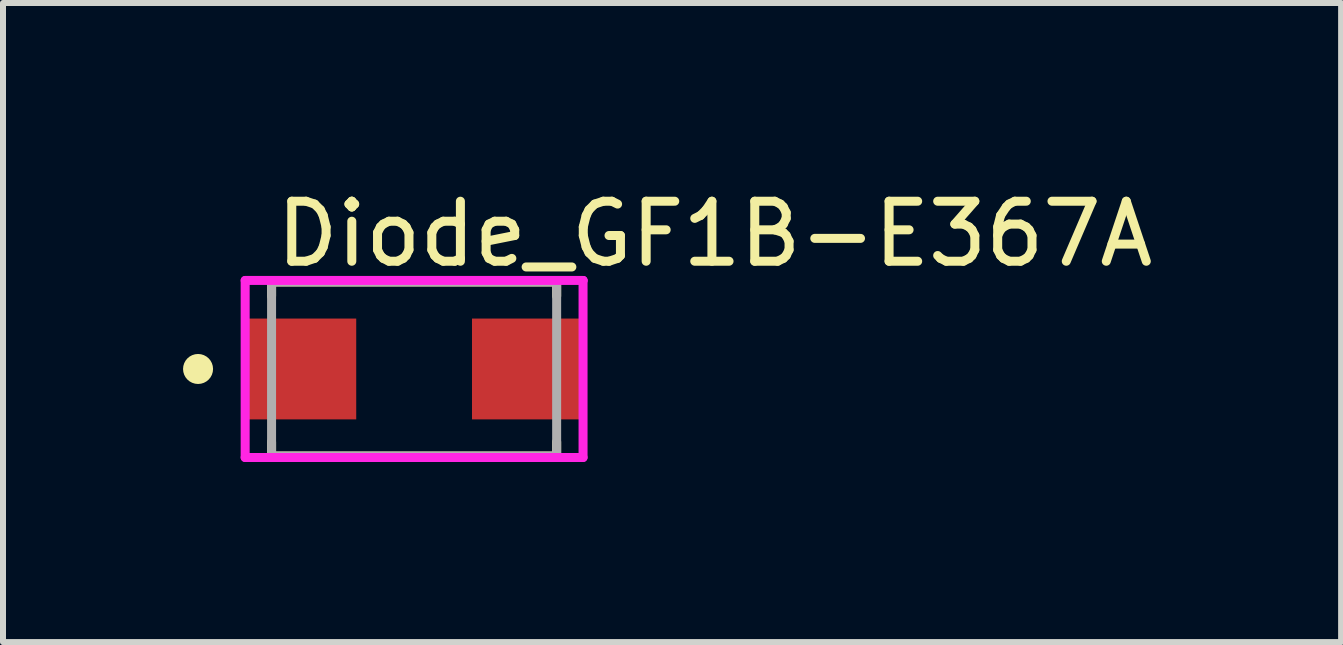
<source format=kicad_pcb>
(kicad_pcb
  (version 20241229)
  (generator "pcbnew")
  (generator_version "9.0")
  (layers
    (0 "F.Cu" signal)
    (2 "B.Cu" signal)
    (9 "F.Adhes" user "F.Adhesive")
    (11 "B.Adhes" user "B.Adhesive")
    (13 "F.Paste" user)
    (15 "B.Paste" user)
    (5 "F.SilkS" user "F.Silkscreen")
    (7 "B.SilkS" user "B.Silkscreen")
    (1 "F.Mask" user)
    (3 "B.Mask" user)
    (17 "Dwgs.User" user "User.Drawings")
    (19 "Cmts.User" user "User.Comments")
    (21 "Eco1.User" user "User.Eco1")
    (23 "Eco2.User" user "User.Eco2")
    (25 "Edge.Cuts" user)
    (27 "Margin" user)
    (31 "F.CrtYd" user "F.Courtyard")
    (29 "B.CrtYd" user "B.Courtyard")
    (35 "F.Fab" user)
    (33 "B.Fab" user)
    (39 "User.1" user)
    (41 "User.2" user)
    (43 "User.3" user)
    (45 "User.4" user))
  (footprint "Diode_GF1B-E367A"
    (layer "F.Cu")
    (at 3.85 3.098)
    (property "Reference" "Diode_GF1B-E367A" (at -2.375 -2.25 0) (layer "F.SilkS") (effects (font (size 1 1) (thickness 0.15)) (justify left)))
    (attr through_hole)
    (fp_line (start -2.375 -1.45) (end 2.375 -1.45) (stroke (width 0.15) (type solid)) (layer "F.SilkS"))
    (fp_line (start -2.375 -1.215) (end -2.375 -1.45) (stroke (width 0.15) (type solid)) (layer "F.SilkS"))
    (fp_line (start -2.375 1.45) (end -2.375 1.215) (stroke (width 0.15) (type solid)) (layer "F.SilkS"))
    (fp_line (start -2.375 1.45) (end 2.375 1.45) (stroke (width 0.15) (type solid)) (layer "F.SilkS"))
    (fp_line (start 2.375 -1.215) (end 2.375 -1.45) (stroke (width 0.15) (type solid)) (layer "F.SilkS"))
    (fp_line (start 2.375 1.45) (end 2.375 1.215) (stroke (width 0.15) (type solid)) (layer "F.SilkS"))
    (fp_circle (center -3.6 0) (end -3.475 0) (stroke (width 0.25) (type solid)) (fill no) (layer "F.SilkS"))
    (fp_line (start -2.815 -1.475) (end -2.815 1.475) (stroke (width 0.15) (type solid)) (layer "F.CrtYd"))
    (fp_line (start -2.815 1.475) (end 2.815 1.475) (stroke (width 0.15) (type solid)) (layer "F.CrtYd"))
    (fp_line (start 2.815 -1.475) (end -2.815 -1.475) (stroke (width 0.15) (type solid)) (layer "F.CrtYd"))
    (fp_line (start 2.815 -1.475) (end 2.815 -1.475) (stroke (width 0.15) (type solid)) (layer "F.CrtYd"))
    (fp_line (start 2.815 1.475) (end 2.815 -1.475) (stroke (width 0.15) (type solid)) (layer "F.CrtYd"))
    (fp_line (start -2.375 -1.45) (end 2.375 -1.45) (stroke (width 0.15) (type solid)) (layer "F.Fab"))
    (fp_line (start -2.375 1.45) (end -2.375 -1.45) (stroke (width 0.15) (type solid)) (layer "F.Fab"))
    (fp_line (start 2.375 -1.45) (end 2.375 1.45) (stroke (width 0.15) (type solid)) (layer "F.Fab"))
    (fp_line (start 2.375 1.45) (end -2.375 1.45) (stroke (width 0.15) (type solid)) (layer "F.Fab"))
    (pad "1" smd rect (at -1.877 0) (size 1.825 1.68) (layers "F.Cu" "F.Mask" "F.Paste"))
    (pad "2" smd rect (at 1.877 0) (size 1.825 1.68) (layers "F.Cu" "F.Mask" "F.Paste")))
  (gr_rect
    (start -3 -3)
    (end 19.296 7.648)
    (stroke (width 0.1) (type default))
    (fill no)
    (layer "Edge.Cuts")))
</source>
